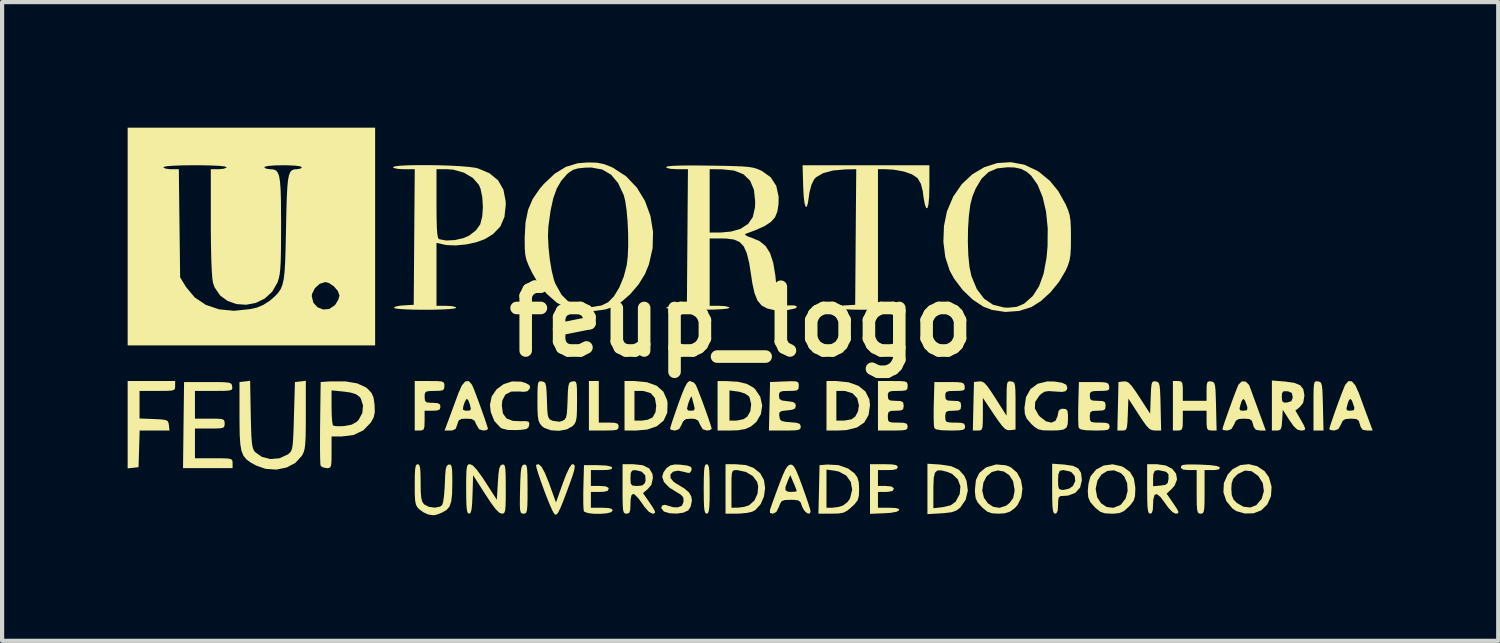
<source format=kicad_pcb>
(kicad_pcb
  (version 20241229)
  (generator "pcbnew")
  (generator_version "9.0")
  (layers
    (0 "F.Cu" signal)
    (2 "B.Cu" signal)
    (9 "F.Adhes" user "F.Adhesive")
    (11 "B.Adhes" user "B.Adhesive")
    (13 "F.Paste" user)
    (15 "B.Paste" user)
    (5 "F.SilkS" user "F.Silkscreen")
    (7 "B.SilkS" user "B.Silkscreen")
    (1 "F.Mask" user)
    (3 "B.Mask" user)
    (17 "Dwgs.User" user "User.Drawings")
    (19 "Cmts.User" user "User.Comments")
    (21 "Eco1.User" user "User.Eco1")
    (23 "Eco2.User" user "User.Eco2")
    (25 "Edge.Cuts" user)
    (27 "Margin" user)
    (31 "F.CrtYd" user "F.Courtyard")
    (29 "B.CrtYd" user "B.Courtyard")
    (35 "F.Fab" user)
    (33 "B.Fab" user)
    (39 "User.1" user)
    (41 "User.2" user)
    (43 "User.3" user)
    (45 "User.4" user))
  (footprint "feup_logo"
    (layer "F.Cu")
    (at 14.663 4.635)
    (property "Reference" "feup_logo" (at 0 0 0) (layer "F.SilkS") (effects (font (size 1.524 1.524) (thickness 0.3))))
    (attr board_only exclude_from_pos_files exclude_from_bom)
    (fp_poly (pts (xy -3.406 2.412) (xy -3.169 2.412) (xy -3.027 2.417) (xy -2.956 2.438) (xy -2.934 2.485) (xy -2.933 2.507) (xy -2.941 2.555) (xy -2.979 2.584) (xy -3.067 2.597) (xy -3.223 2.601) (xy -3.287 2.601) (xy -3.642 2.601) (xy -3.642 1.419) (xy -3.406 1.419)) (stroke (width 0) (type solid)) (fill yes) (layer "F.SilkS"))
    (fp_poly (pts (xy 13.772 1.427) (xy 13.776 1.428) (xy 13.821 1.438) (xy 13.851 1.466) (xy 13.871 1.526) (xy 13.883 1.635) (xy 13.89 1.809) (xy 13.896 2.022) (xy 13.909 2.601) (xy 13.67 2.601) (xy 13.67 2.007) (xy 13.67 1.761) (xy 13.674 1.595) (xy 13.683 1.494) (xy 13.7 1.442) (xy 13.729 1.425)) (stroke (width 0) (type solid)) (fill yes) (layer "F.SilkS"))
    (fp_poly (pts (xy -13.528 1.537) (xy -13.531 1.593) (xy -13.553 1.628) (xy -13.613 1.647) (xy -13.728 1.654) (xy -13.916 1.655) (xy -13.953 1.655) (xy -14.379 1.655) (xy -14.379 2.314) (xy -14.036 2.327) (xy -13.859 2.336) (xy -13.756 2.351) (xy -13.704 2.379) (xy -13.684 2.43) (xy -13.678 2.471) (xy -13.663 2.601) (xy -14.376 2.601) (xy -14.403 3.477) (xy -14.533 3.492) (xy -14.663 3.506) (xy -14.663 1.419) (xy -13.528 1.419)) (stroke (width 0) (type solid)) (fill yes) (layer "F.SilkS"))
    (fp_poly (pts (xy -5.157 3.416) (xy -5.133 3.444) (xy -5.119 3.515) (xy -5.112 3.643) (xy -5.109 3.843) (xy -5.108 3.993) (xy -5.109 4.239) (xy -5.113 4.406) (xy -5.123 4.509) (xy -5.141 4.564) (xy -5.17 4.585) (xy -5.204 4.588) (xy -5.245 4.583) (xy -5.271 4.559) (xy -5.286 4.499) (xy -5.292 4.388) (xy -5.291 4.21) (xy -5.287 4.009) (xy -5.28 3.764) (xy -5.27 3.597) (xy -5.256 3.495) (xy -5.233 3.44) (xy -5.201 3.417) (xy -5.191 3.415)) (stroke (width 0) (type solid)) (fill yes) (layer "F.SilkS"))
    (fp_poly (pts (xy -0.798 3.42) (xy -0.777 3.471) (xy -0.765 3.574) (xy -0.759 3.743) (xy -0.757 3.992) (xy -0.757 3.997) (xy -0.758 4.247) (xy -0.765 4.417) (xy -0.777 4.521) (xy -0.797 4.574) (xy -0.827 4.588) (xy -0.828 4.588) (xy -0.858 4.574) (xy -0.878 4.523) (xy -0.891 4.42) (xy -0.897 4.251) (xy -0.899 4.002) (xy -0.899 3.997) (xy -0.897 3.746) (xy -0.891 3.576) (xy -0.879 3.472) (xy -0.858 3.42) (xy -0.828 3.406) (xy -0.828 3.406)) (stroke (width 0) (type solid)) (fill yes) (layer "F.SilkS"))
    (fp_poly (pts (xy 2.259 1.419) (xy 2.561 1.449) (xy 2.799 1.534) (xy 2.967 1.671) (xy 3.058 1.856) (xy 3.074 1.993) (xy 3.04 2.231) (xy 2.937 2.41) (xy 2.761 2.529) (xy 2.512 2.591) (xy 2.319 2.601) (xy 2.034 2.601) (xy 2.034 2.365) (xy 2.27 2.365) (xy 2.452 2.365) (xy 2.63 2.334) (xy 2.722 2.268) (xy 2.787 2.143) (xy 2.81 2.002) (xy 2.769 1.831) (xy 2.656 1.712) (xy 2.482 1.658) (xy 2.431 1.655) (xy 2.27 1.655) (xy 2.27 2.365) (xy 2.034 2.365) (xy 2.034 1.419)) (stroke (width 0) (type solid)) (fill yes) (layer "F.SilkS"))
    (fp_poly (pts (xy -2.566 1.419) (xy -2.257 1.447) (xy -2.023 1.532) (xy -1.863 1.673) (xy -1.775 1.874) (xy -1.763 1.941) (xy -1.77 2.176) (xy -1.856 2.363) (xy -2.018 2.499) (xy -2.251 2.579) (xy -2.502 2.601) (xy -2.791 2.601) (xy -2.791 2.365) (xy -2.554 2.365) (xy -2.381 2.365) (xy -2.24 2.344) (xy -2.128 2.293) (xy -2.12 2.287) (xy -2.051 2.164) (xy -2.034 2.006) (xy -2.066 1.824) (xy -2.165 1.709) (xy -2.333 1.658) (xy -2.399 1.655) (xy -2.554 1.655) (xy -2.554 2.365) (xy -2.791 2.365) (xy -2.791 1.419)) (stroke (width 0) (type solid)) (fill yes) (layer "F.SilkS"))
    (fp_poly (pts (xy 3.585 3.41) (xy 3.688 3.425) (xy 3.732 3.454) (xy 3.737 3.477) (xy 3.711 3.521) (xy 3.624 3.543) (xy 3.5 3.547) (xy 3.264 3.547) (xy 3.264 3.926) (xy 3.453 3.926) (xy 3.584 3.938) (xy 3.639 3.976) (xy 3.642 3.997) (xy 3.611 4.046) (xy 3.507 4.066) (xy 3.453 4.068) (xy 3.264 4.068) (xy 3.264 4.446) (xy 3.528 4.446) (xy 3.687 4.453) (xy 3.764 4.475) (xy 3.772 4.505) (xy 3.712 4.542) (xy 3.566 4.568) (xy 3.414 4.578) (xy 3.074 4.592) (xy 3.074 3.406) (xy 3.406 3.406)) (stroke (width 0) (type solid)) (fill yes) (layer "F.SilkS"))
    (fp_poly (pts (xy -0.367 1.42) (xy -0.082 1.436) (xy 0.131 1.487) (xy 0.288 1.577) (xy 0.329 1.613) (xy 0.453 1.797) (xy 0.498 2.003) (xy 0.467 2.209) (xy 0.361 2.393) (xy 0.228 2.506) (xy 0.091 2.566) (xy -0.083 2.596) (xy -0.248 2.601) (xy -0.568 2.601) (xy -0.568 1.643) (xy -0.284 1.643) (xy -0.284 2.365) (xy -0.118 2.365) (xy 0.05 2.331) (xy 0.142 2.27) (xy 0.215 2.14) (xy 0.235 1.974) (xy 0.199 1.819) (xy 0.176 1.78) (xy 0.092 1.721) (xy -0.042 1.677) (xy -0.084 1.67) (xy -0.284 1.643) (xy -0.568 1.643) (xy -0.568 1.419)) (stroke (width 0) (type solid)) (fill yes) (layer "F.SilkS"))
    (fp_poly (pts (xy 10.847 3.413) (xy 10.958 3.416) (xy 11.203 3.428) (xy 11.359 3.449) (xy 11.43 3.48) (xy 11.435 3.488) (xy 11.413 3.529) (xy 11.307 3.547) (xy 11.261 3.547) (xy 11.068 3.547) (xy 11.068 4.068) (xy 11.067 4.295) (xy 11.062 4.445) (xy 11.049 4.533) (xy 11.027 4.575) (xy 10.991 4.587) (xy 10.974 4.588) (xy 10.932 4.582) (xy 10.905 4.553) (xy 10.889 4.485) (xy 10.881 4.361) (xy 10.879 4.166) (xy 10.879 4.068) (xy 10.879 3.547) (xy 10.69 3.547) (xy 10.559 3.536) (xy 10.505 3.498) (xy 10.501 3.475) (xy 10.514 3.441) (xy 10.565 3.421) (xy 10.671 3.412)) (stroke (width 0) (type solid)) (fill yes) (layer "F.SilkS"))
    (fp_poly (pts (xy -7.269 1.42) (xy -7.164 1.429) (xy -7.112 1.452) (xy -7.096 1.496) (xy -7.095 1.537) (xy -7.103 1.607) (xy -7.142 1.642) (xy -7.237 1.654) (xy -7.331 1.655) (xy -7.471 1.659) (xy -7.541 1.678) (xy -7.565 1.727) (xy -7.568 1.797) (xy -7.56 1.888) (xy -7.52 1.929) (xy -7.419 1.939) (xy -7.379 1.939) (xy -7.255 1.947) (xy -7.2 1.979) (xy -7.19 2.034) (xy -7.205 2.096) (xy -7.27 2.123) (xy -7.379 2.128) (xy -7.568 2.128) (xy -7.568 2.365) (xy -7.572 2.505) (xy -7.591 2.575) (xy -7.639 2.599) (xy -7.686 2.601) (xy -7.804 2.601) (xy -7.804 1.419) (xy -7.45 1.419)) (stroke (width 0) (type solid)) (fill yes) (layer "F.SilkS"))
    (fp_poly (pts (xy -4.773 3.469) (xy -4.692 3.619) (xy -4.595 3.858) (xy -4.587 3.882) (xy -4.429 4.32) (xy -4.266 3.863) (xy -4.184 3.65) (xy -4.112 3.497) (xy -4.056 3.415) (xy -4.038 3.406) (xy -3.997 3.416) (xy -3.98 3.454) (xy -3.99 3.533) (xy -4.028 3.666) (xy -4.098 3.865) (xy -4.166 4.05) (xy -4.259 4.296) (xy -4.328 4.464) (xy -4.378 4.564) (xy -4.417 4.609) (xy -4.449 4.608) (xy -4.479 4.578) (xy -4.52 4.504) (xy -4.579 4.369) (xy -4.65 4.194) (xy -4.724 3.999) (xy -4.794 3.804) (xy -4.853 3.63) (xy -4.893 3.498) (xy -4.906 3.428) (xy -4.905 3.422) (xy -4.844 3.405)) (stroke (width 0) (type solid)) (fill yes) (layer "F.SilkS"))
    (fp_poly (pts (xy 2.319 3.428) (xy 2.549 3.508) (xy 2.699 3.621) (xy 2.771 3.719) (xy 2.806 3.836) (xy 2.814 4.004) (xy 2.808 4.162) (xy 2.779 4.266) (xy 2.71 4.357) (xy 2.638 4.426) (xy 2.533 4.515) (xy 2.44 4.564) (xy 2.324 4.584) (xy 2.151 4.588) (xy 1.842 4.588) (xy 1.866 3.535) (xy 2.034 3.535) (xy 2.034 4.446) (xy 2.174 4.446) (xy 2.321 4.428) (xy 2.428 4.394) (xy 2.538 4.309) (xy 2.596 4.226) (xy 2.648 4.017) (xy 2.615 3.83) (xy 2.507 3.679) (xy 2.331 3.583) (xy 2.235 3.562) (xy 2.034 3.535) (xy 1.866 3.535) (xy 1.868 3.429) (xy 2.058 3.414)) (stroke (width 0) (type solid)) (fill yes) (layer "F.SilkS"))
    (fp_poly (pts (xy 4.753 3.414) (xy 5.013 3.454) (xy 5.199 3.54) (xy 5.325 3.68) (xy 5.381 3.805) (xy 5.412 4.034) (xy 5.359 4.256) (xy 5.231 4.442) (xy 5.225 4.448) (xy 5.137 4.513) (xy 5.025 4.553) (xy 4.861 4.574) (xy 4.775 4.58) (xy 4.446 4.599) (xy 4.446 4.458) (xy 4.588 4.458) (xy 4.811 4.433) (xy 5.004 4.387) (xy 5.119 4.303) (xy 5.218 4.12) (xy 5.234 3.936) (xy 5.173 3.77) (xy 5.041 3.642) (xy 4.925 3.591) (xy 4.78 3.554) (xy 4.684 3.556) (xy 4.626 3.609) (xy 4.598 3.726) (xy 4.589 3.92) (xy 4.588 4.025) (xy 4.588 4.458) (xy 4.446 4.458) (xy 4.446 3.395)) (stroke (width 0) (type solid)) (fill yes) (layer "F.SilkS"))
    (fp_poly (pts (xy 10.5 1.427) (xy 10.535 1.466) (xy 10.547 1.561) (xy 10.548 1.655) (xy 10.548 1.892) (xy 11.115 1.892) (xy 11.115 1.652) (xy 11.119 1.511) (xy 11.137 1.443) (xy 11.18 1.424) (xy 11.222 1.428) (xy 11.266 1.438) (xy 11.297 1.466) (xy 11.317 1.526) (xy 11.329 1.635) (xy 11.336 1.809) (xy 11.342 2.022) (xy 11.355 2.601) (xy 11.235 2.601) (xy 11.164 2.594) (xy 11.129 2.555) (xy 11.117 2.462) (xy 11.115 2.365) (xy 11.115 2.128) (xy 10.548 2.128) (xy 10.548 2.365) (xy 10.544 2.505) (xy 10.524 2.575) (xy 10.477 2.599) (xy 10.43 2.601) (xy 10.311 2.601) (xy 10.311 1.419) (xy 10.43 1.419)) (stroke (width 0) (type solid)) (fill yes) (layer "F.SilkS"))
    (fp_poly (pts (xy -5.266 1.433) (xy -5.158 1.465) (xy -5.064 1.516) (xy -5.046 1.57) (xy -5.062 1.609) (xy -5.114 1.664) (xy -5.207 1.677) (xy -5.296 1.669) (xy -5.499 1.671) (xy -5.638 1.742) (xy -5.711 1.882) (xy -5.723 2.004) (xy -5.697 2.193) (xy -5.611 2.313) (xy -5.459 2.371) (xy -5.29 2.379) (xy -5.151 2.376) (xy -5.084 2.391) (xy -5.066 2.433) (xy -5.07 2.473) (xy -5.089 2.532) (xy -5.139 2.566) (xy -5.245 2.584) (xy -5.369 2.591) (xy -5.578 2.588) (xy -5.718 2.553) (xy -5.759 2.529) (xy -5.902 2.374) (xy -5.987 2.162) (xy -6.007 1.988) (xy -5.964 1.786) (xy -5.849 1.618) (xy -5.681 1.494) (xy -5.48 1.429)) (stroke (width 0) (type solid)) (fill yes) (layer "F.SilkS"))
    (fp_poly (pts (xy -3.227 3.438) (xy -3.112 3.464) (xy -3.086 3.488) (xy -3.105 3.525) (xy -3.197 3.543) (xy -3.331 3.547) (xy -3.595 3.547) (xy -3.595 3.926) (xy -3.382 3.926) (xy -3.242 3.935) (xy -3.178 3.967) (xy -3.169 3.997) (xy -3.197 4.044) (xy -3.292 4.065) (xy -3.382 4.068) (xy -3.595 4.068) (xy -3.595 4.446) (xy -3.335 4.446) (xy -3.178 4.453) (xy -3.097 4.475) (xy -3.074 4.517) (xy -3.117 4.555) (xy -3.224 4.581) (xy -3.369 4.592) (xy -3.524 4.591) (xy -3.659 4.575) (xy -3.747 4.545) (xy -3.764 4.526) (xy -3.772 4.455) (xy -3.777 4.313) (xy -3.777 4.12) (xy -3.774 3.946) (xy -3.76 3.429) (xy -3.433 3.429)) (stroke (width 0) (type solid)) (fill yes) (layer "F.SilkS"))
    (fp_poly (pts (xy 9.899 1.428) (xy 9.943 1.439) (xy 9.973 1.467) (xy 9.993 1.529) (xy 10.004 1.64) (xy 10.012 1.817) (xy 10.017 2.022) (xy 10.03 2.601) (xy 9.885 2.601) (xy 9.812 2.593) (xy 9.747 2.559) (xy 9.676 2.485) (xy 9.582 2.354) (xy 9.494 2.22) (xy 9.247 1.838) (xy 9.233 2.22) (xy 9.225 2.408) (xy 9.213 2.522) (xy 9.19 2.579) (xy 9.15 2.599) (xy 9.102 2.601) (xy 8.984 2.601) (xy 9.011 1.443) (xy 9.135 1.428) (xy 9.198 1.431) (xy 9.258 1.463) (xy 9.329 1.539) (xy 9.425 1.673) (xy 9.513 1.807) (xy 9.767 2.199) (xy 9.781 1.806) (xy 9.789 1.614) (xy 9.801 1.499) (xy 9.822 1.442) (xy 9.858 1.425)) (stroke (width 0) (type solid)) (fill yes) (layer "F.SilkS"))
    (fp_poly (pts (xy 6.445 1.428) (xy 6.489 1.438) (xy 6.52 1.464) (xy 6.538 1.524) (xy 6.547 1.631) (xy 6.551 1.804) (xy 6.551 2.01) (xy 6.551 2.578) (xy 6.424 2.593) (xy 6.359 2.591) (xy 6.298 2.56) (xy 6.227 2.487) (xy 6.131 2.357) (xy 6.033 2.215) (xy 5.771 1.822) (xy 5.771 2.212) (xy 5.769 2.403) (xy 5.762 2.518) (xy 5.743 2.577) (xy 5.706 2.599) (xy 5.651 2.601) (xy 5.531 2.601) (xy 5.544 2.022) (xy 5.558 1.443) (xy 5.682 1.428) (xy 5.743 1.43) (xy 5.802 1.461) (xy 5.871 1.534) (xy 5.963 1.664) (xy 6.071 1.83) (xy 6.336 2.247) (xy 6.337 1.83) (xy 6.339 1.631) (xy 6.346 1.509) (xy 6.362 1.446) (xy 6.394 1.425)) (stroke (width 0) (type solid)) (fill yes) (layer "F.SilkS"))
    (fp_poly (pts (xy 0.103 3.426) (xy 0.29 3.494) (xy 0.446 3.619) (xy 0.451 3.625) (xy 0.54 3.783) (xy 0.568 3.977) (xy 0.54 4.179) (xy 0.461 4.361) (xy 0.338 4.498) (xy 0.257 4.542) (xy 0.14 4.569) (xy -0.025 4.585) (xy -0.121 4.588) (xy -0.378 4.588) (xy -0.378 4.446) (xy -0.236 4.446) (xy -0.083 4.445) (xy 0.067 4.426) (xy 0.187 4.386) (xy 0.31 4.276) (xy 0.386 4.114) (xy 0.402 3.934) (xy 0.376 3.826) (xy 0.273 3.689) (xy 0.107 3.591) (xy -0.092 3.548) (xy -0.117 3.547) (xy -0.172 3.55) (xy -0.207 3.571) (xy -0.226 3.627) (xy -0.235 3.737) (xy -0.236 3.917) (xy -0.236 3.997) (xy -0.236 4.446) (xy -0.378 4.446) (xy -0.378 3.406) (xy -0.145 3.406)) (stroke (width 0) (type solid)) (fill yes) (layer "F.SilkS"))
    (fp_poly (pts (xy -12.508 1.443) (xy -12.347 1.448) (xy -12.248 1.458) (xy -12.195 1.478) (xy -12.173 1.51) (xy -12.165 1.549) (xy -12.162 1.598) (xy -12.181 1.629) (xy -12.24 1.646) (xy -12.356 1.654) (xy -12.545 1.655) (xy -12.602 1.655) (xy -13.055 1.655) (xy -13.055 2.318) (xy -12.7 2.318) (xy -12.52 2.319) (xy -12.414 2.328) (xy -12.363 2.351) (xy -12.347 2.394) (xy -12.345 2.436) (xy -12.35 2.496) (xy -12.376 2.531) (xy -12.445 2.548) (xy -12.575 2.554) (xy -12.7 2.554) (xy -13.055 2.554) (xy -13.055 3.264) (xy -12.605 3.264) (xy -12.397 3.265) (xy -12.266 3.27) (xy -12.194 3.285) (xy -12.163 3.314) (xy -12.156 3.362) (xy -12.156 3.382) (xy -12.156 3.5) (xy -13.34 3.5) (xy -13.328 2.471) (xy -13.315 1.443) (xy -12.747 1.443)) (stroke (width 0) (type solid)) (fill yes) (layer "F.SilkS"))
    (fp_poly (pts (xy 12.327 3.455) (xy 12.5 3.571) (xy 12.605 3.718) (xy 12.669 3.946) (xy 12.654 4.171) (xy 12.566 4.369) (xy 12.42 4.51) (xy 12.237 4.579) (xy 12.027 4.584) (xy 11.829 4.527) (xy 11.737 4.468) (xy 11.588 4.288) (xy 11.518 4.078) (xy 11.522 3.997) (xy 11.707 3.997) (xy 11.718 4.15) (xy 11.762 4.253) (xy 11.839 4.332) (xy 11.997 4.422) (xy 12.163 4.44) (xy 12.302 4.386) (xy 12.432 4.233) (xy 12.485 4.049) (xy 12.459 3.859) (xy 12.353 3.69) (xy 12.349 3.686) (xy 12.192 3.574) (xy 12.034 3.558) (xy 11.873 3.635) (xy 11.839 3.662) (xy 11.753 3.754) (xy 11.715 3.861) (xy 11.707 3.997) (xy 11.522 3.997) (xy 11.528 3.86) (xy 11.618 3.656) (xy 11.735 3.527) (xy 11.92 3.428) (xy 12.126 3.405)) (stroke (width 0) (type solid)) (fill yes) (layer "F.SilkS"))
    (fp_poly (pts (xy 7.716 3.415) (xy 7.922 3.445) (xy 8.05 3.507) (xy 8.116 3.614) (xy 8.136 3.782) (xy 8.136 3.79) (xy 8.094 3.964) (xy 7.979 4.091) (xy 7.806 4.156) (xy 7.727 4.162) (xy 7.629 4.167) (xy 7.583 4.199) (xy 7.569 4.284) (xy 7.568 4.375) (xy 7.559 4.516) (xy 7.527 4.579) (xy 7.497 4.588) (xy 7.467 4.574) (xy 7.447 4.523) (xy 7.434 4.421) (xy 7.428 4.252) (xy 7.426 4.005) (xy 7.426 3.991) (xy 7.426 3.784) (xy 7.568 3.784) (xy 7.571 3.924) (xy 7.59 3.994) (xy 7.639 4.018) (xy 7.703 4.02) (xy 7.833 3.989) (xy 7.921 3.928) (xy 7.978 3.809) (xy 7.965 3.688) (xy 7.888 3.598) (xy 7.84 3.577) (xy 7.69 3.546) (xy 7.608 3.565) (xy 7.574 3.649) (xy 7.568 3.784) (xy 7.426 3.784) (xy 7.426 3.394)) (stroke (width 0) (type solid)) (fill yes) (layer "F.SilkS"))
    (fp_poly (pts (xy 12.989 1.431) (xy 13.209 1.462) (xy 13.35 1.518) (xy 13.426 1.612) (xy 13.452 1.753) (xy 13.452 1.779) (xy 13.424 1.939) (xy 13.345 2.038) (xy 13.238 2.125) (xy 13.359 2.332) (xy 13.44 2.475) (xy 13.472 2.556) (xy 13.454 2.592) (xy 13.388 2.601) (xy 13.366 2.601) (xy 13.282 2.578) (xy 13.195 2.497) (xy 13.094 2.353) (xy 12.936 2.105) (xy 12.922 2.353) (xy 12.91 2.498) (xy 12.886 2.572) (xy 12.839 2.599) (xy 12.792 2.601) (xy 12.676 2.601) (xy 12.676 1.797) (xy 12.913 1.797) (xy 12.922 1.899) (xy 12.967 1.934) (xy 13.043 1.931) (xy 13.14 1.9) (xy 13.172 1.824) (xy 13.173 1.797) (xy 13.152 1.706) (xy 13.072 1.668) (xy 13.043 1.664) (xy 12.953 1.664) (xy 12.918 1.712) (xy 12.913 1.797) (xy 12.676 1.797) (xy 12.676 1.406)) (stroke (width 0) (type solid)) (fill yes) (layer "F.SilkS"))
    (fp_poly (pts (xy 1.308 1.428) (xy 1.356 1.449) (xy 1.371 1.493) (xy 1.372 1.535) (xy 1.364 1.607) (xy 1.326 1.642) (xy 1.233 1.654) (xy 1.135 1.655) (xy 0.995 1.659) (xy 0.925 1.679) (xy 0.901 1.726) (xy 0.899 1.771) (xy 0.91 1.845) (xy 0.962 1.882) (xy 1.079 1.899) (xy 1.1 1.901) (xy 1.229 1.919) (xy 1.288 1.955) (xy 1.301 2.01) (xy 1.284 2.072) (xy 1.217 2.105) (xy 1.097 2.12) (xy 0.97 2.134) (xy 0.914 2.163) (xy 0.904 2.227) (xy 0.908 2.261) (xy 0.924 2.336) (xy 0.969 2.376) (xy 1.066 2.395) (xy 1.171 2.403) (xy 1.318 2.417) (xy 1.393 2.443) (xy 1.418 2.49) (xy 1.419 2.509) (xy 1.411 2.555) (xy 1.372 2.583) (xy 1.286 2.597) (xy 1.132 2.601) (xy 1.039 2.601) (xy 0.659 2.601) (xy 0.686 1.443) (xy 1.029 1.429) (xy 1.205 1.423)) (stroke (width 0) (type solid)) (fill yes) (layer "F.SilkS"))
    (fp_poly (pts (xy -1.453 3.418) (xy -1.291 3.439) (xy -1.207 3.469) (xy -1.186 3.518) (xy -1.199 3.569) (xy -1.237 3.615) (xy -1.316 3.606) (xy -1.356 3.592) (xy -1.513 3.56) (xy -1.629 3.584) (xy -1.693 3.648) (xy -1.692 3.736) (xy -1.616 3.83) (xy -1.556 3.869) (xy -1.367 3.982) (xy -1.252 4.08) (xy -1.196 4.178) (xy -1.182 4.277) (xy -1.211 4.42) (xy -1.269 4.51) (xy -1.381 4.563) (xy -1.542 4.586) (xy -1.708 4.579) (xy -1.84 4.541) (xy -1.858 4.529) (xy -1.914 4.454) (xy -1.895 4.394) (xy -1.823 4.375) (xy -1.754 4.397) (xy -1.626 4.434) (xy -1.523 4.437) (xy -1.422 4.402) (xy -1.383 4.309) (xy -1.381 4.295) (xy -1.388 4.198) (xy -1.452 4.129) (xy -1.523 4.089) (xy -1.722 3.964) (xy -1.849 3.832) (xy -1.892 3.707) (xy -1.859 3.597) (xy -1.786 3.498) (xy -1.696 3.435) (xy -1.586 3.412)) (stroke (width 0) (type solid)) (fill yes) (layer "F.SilkS"))
    (fp_poly (pts (xy 6.32 3.432) (xy 6.434 3.477) (xy 6.586 3.605) (xy 6.681 3.784) (xy 6.716 3.99) (xy 6.689 4.199) (xy 6.598 4.384) (xy 6.533 4.455) (xy 6.416 4.541) (xy 6.291 4.58) (xy 6.144 4.588) (xy 5.986 4.579) (xy 5.876 4.54) (xy 5.768 4.452) (xy 5.742 4.427) (xy 5.646 4.319) (xy 5.598 4.218) (xy 5.582 4.083) (xy 5.582 4.04) (xy 5.756 4.04) (xy 5.797 4.209) (xy 5.891 4.341) (xy 6.02 4.425) (xy 6.171 4.448) (xy 6.325 4.398) (xy 6.411 4.33) (xy 6.495 4.213) (xy 6.526 4.062) (xy 6.527 4.008) (xy 6.493 3.812) (xy 6.402 3.669) (xy 6.274 3.582) (xy 6.128 3.555) (xy 5.983 3.593) (xy 5.858 3.7) (xy 5.783 3.847) (xy 5.756 4.04) (xy 5.582 4.04) (xy 5.581 4.012) (xy 5.605 3.783) (xy 5.684 3.618) (xy 5.827 3.497) (xy 5.866 3.476) (xy 6.089 3.412)) (stroke (width 0) (type solid)) (fill yes) (layer "F.SilkS"))
    (fp_poly (pts (xy -6.413 3.439) (xy -6.317 3.543) (xy -6.186 3.724) (xy -6.116 3.831) (xy -5.842 4.256) (xy -5.818 3.843) (xy -5.803 3.639) (xy -5.785 3.512) (xy -5.758 3.444) (xy -5.719 3.416) (xy -5.711 3.414) (xy -5.677 3.416) (xy -5.654 3.444) (xy -5.639 3.515) (xy -5.632 3.643) (xy -5.629 3.843) (xy -5.629 3.993) (xy -5.629 4.239) (xy -5.634 4.406) (xy -5.643 4.509) (xy -5.662 4.564) (xy -5.69 4.585) (xy -5.725 4.588) (xy -5.788 4.562) (xy -5.873 4.476) (xy -5.987 4.323) (xy -6.115 4.129) (xy -6.409 3.669) (xy -6.423 4.129) (xy -6.432 4.348) (xy -6.446 4.488) (xy -6.468 4.563) (xy -6.499 4.588) (xy -6.505 4.588) (xy -6.535 4.573) (xy -6.555 4.518) (xy -6.567 4.41) (xy -6.573 4.235) (xy -6.575 3.997) (xy -6.574 3.751) (xy -6.569 3.585) (xy -6.559 3.483) (xy -6.541 3.429) (xy -6.512 3.408) (xy -6.482 3.406)) (stroke (width 0) (type solid)) (fill yes) (layer "F.SilkS"))
    (fp_poly (pts (xy 3.799 1.42) (xy 3.905 1.429) (xy 3.956 1.452) (xy 3.972 1.496) (xy 3.973 1.537) (xy 3.966 1.607) (xy 3.926 1.642) (xy 3.832 1.654) (xy 3.737 1.655) (xy 3.596 1.659) (xy 3.526 1.679) (xy 3.502 1.726) (xy 3.5 1.774) (xy 3.511 1.85) (xy 3.559 1.884) (xy 3.673 1.892) (xy 3.689 1.892) (xy 3.811 1.898) (xy 3.865 1.929) (xy 3.879 2) (xy 3.879 2.01) (xy 3.868 2.086) (xy 3.82 2.12) (xy 3.706 2.128) (xy 3.689 2.128) (xy 3.568 2.134) (xy 3.514 2.164) (xy 3.5 2.24) (xy 3.5 2.27) (xy 3.505 2.354) (xy 3.537 2.396) (xy 3.62 2.411) (xy 3.737 2.412) (xy 3.879 2.417) (xy 3.949 2.438) (xy 3.972 2.485) (xy 3.973 2.507) (xy 3.965 2.555) (xy 3.927 2.584) (xy 3.839 2.597) (xy 3.682 2.601) (xy 3.618 2.601) (xy 3.264 2.601) (xy 3.264 1.419) (xy 3.618 1.419)) (stroke (width 0) (type solid)) (fill yes) (layer "F.SilkS"))
    (fp_poly (pts (xy 7.483 1.431) (xy 7.667 1.461) (xy 7.766 1.511) (xy 7.788 1.585) (xy 7.779 1.62) (xy 7.742 1.663) (xy 7.663 1.679) (xy 7.516 1.671) (xy 7.497 1.669) (xy 7.343 1.659) (xy 7.244 1.674) (xy 7.165 1.725) (xy 7.123 1.765) (xy 7.021 1.917) (xy 7.013 2.072) (xy 7.1 2.231) (xy 7.142 2.277) (xy 7.283 2.383) (xy 7.41 2.413) (xy 7.506 2.369) (xy 7.557 2.253) (xy 7.559 2.235) (xy 7.582 2.127) (xy 7.638 2.085) (xy 7.689 2.081) (xy 7.758 2.09) (xy 7.792 2.131) (xy 7.804 2.229) (xy 7.804 2.313) (xy 7.798 2.449) (xy 7.768 2.533) (xy 7.696 2.579) (xy 7.563 2.598) (xy 7.37 2.601) (xy 7.203 2.596) (xy 7.094 2.572) (xy 7.004 2.515) (xy 6.925 2.441) (xy 6.821 2.321) (xy 6.774 2.208) (xy 6.764 2.06) (xy 6.801 1.805) (xy 6.908 1.612) (xy 7.08 1.484) (xy 7.312 1.428)) (stroke (width 0) (type solid)) (fill yes) (layer "F.SilkS"))
    (fp_poly (pts (xy -6.438 1.504) (xy -6.436 1.508) (xy -6.401 1.587) (xy -6.346 1.727) (xy -6.28 1.904) (xy -6.21 2.096) (xy -6.145 2.281) (xy -6.092 2.436) (xy -6.06 2.539) (xy -6.054 2.566) (xy -6.095 2.593) (xy -6.168 2.601) (xy -6.265 2.572) (xy -6.327 2.47) (xy -6.331 2.46) (xy -6.375 2.367) (xy -6.444 2.326) (xy -6.568 2.318) (xy -6.692 2.325) (xy -6.754 2.362) (xy -6.785 2.449) (xy -6.788 2.46) (xy -6.826 2.562) (xy -6.902 2.599) (xy -6.955 2.601) (xy -7.091 2.601) (xy -6.98 2.306) (xy -6.905 2.101) (xy -6.653 2.101) (xy -6.599 2.127) (xy -6.559 2.128) (xy -6.484 2.122) (xy -6.463 2.085) (xy -6.484 1.99) (xy -6.493 1.961) (xy -6.532 1.862) (xy -6.569 1.849) (xy -6.611 1.925) (xy -6.643 2.022) (xy -6.653 2.101) (xy -6.905 2.101) (xy -6.9 2.089) (xy -6.812 1.85) (xy -6.763 1.715) (xy -6.679 1.526) (xy -6.595 1.427) (xy -6.513 1.42)) (stroke (width 0) (type solid)) (fill yes) (layer "F.SilkS"))
    (fp_poly (pts (xy 9.084 3.456) (xy 9.128 3.476) (xy 9.287 3.591) (xy 9.378 3.745) (xy 9.412 3.959) (xy 9.413 4.012) (xy 9.405 4.172) (xy 9.372 4.281) (xy 9.296 4.381) (xy 9.252 4.427) (xy 9.141 4.526) (xy 9.037 4.573) (xy 8.896 4.588) (xy 8.845 4.588) (xy 8.686 4.58) (xy 8.577 4.543) (xy 8.472 4.461) (xy 8.438 4.427) (xy 8.335 4.308) (xy 8.288 4.195) (xy 8.277 4.047) (xy 8.281 4.005) (xy 8.467 4.005) (xy 8.502 4.197) (xy 8.596 4.341) (xy 8.73 4.429) (xy 8.886 4.448) (xy 9.044 4.388) (xy 9.077 4.363) (xy 9.182 4.224) (xy 9.229 4.046) (xy 9.218 3.861) (xy 9.149 3.7) (xy 9.07 3.621) (xy 8.906 3.553) (xy 8.745 3.567) (xy 8.606 3.652) (xy 8.508 3.797) (xy 8.467 3.989) (xy 8.467 4.005) (xy 8.281 4.005) (xy 8.293 3.878) (xy 8.333 3.725) (xy 8.349 3.688) (xy 8.479 3.532) (xy 8.661 3.437) (xy 8.872 3.409)) (stroke (width 0) (type solid)) (fill yes) (layer "F.SilkS"))
    (fp_poly (pts (xy 10.137 3.436) (xy 10.294 3.516) (xy 10.387 3.633) (xy 10.41 3.772) (xy 10.352 3.918) (xy 10.284 3.996) (xy 10.161 4.11) (xy 10.307 4.322) (xy 10.401 4.462) (xy 10.443 4.542) (xy 10.436 4.578) (xy 10.387 4.587) (xy 10.37 4.587) (xy 10.3 4.549) (xy 10.205 4.45) (xy 10.134 4.351) (xy 10.016 4.191) (xy 9.929 4.121) (xy 9.872 4.14) (xy 9.843 4.248) (xy 9.838 4.352) (xy 9.831 4.5) (xy 9.804 4.573) (xy 9.767 4.588) (xy 9.737 4.574) (xy 9.717 4.523) (xy 9.704 4.42) (xy 9.698 4.251) (xy 9.696 4.002) (xy 9.696 3.997) (xy 9.696 3.932) (xy 9.838 3.932) (xy 10.016 3.917) (xy 10.134 3.899) (xy 10.188 3.853) (xy 10.207 3.755) (xy 10.204 3.645) (xy 10.153 3.592) (xy 10.113 3.578) (xy 9.962 3.547) (xy 9.878 3.564) (xy 9.844 3.641) (xy 9.838 3.74) (xy 9.838 3.932) (xy 9.696 3.932) (xy 9.696 3.406) (xy 9.927 3.406)) (stroke (width 0) (type solid)) (fill yes) (layer "F.SilkS"))
    (fp_poly (pts (xy 12.05 1.432) (xy 12.129 1.51) (xy 12.146 1.549) (xy 12.182 1.648) (xy 12.241 1.81) (xy 12.314 2.009) (xy 12.362 2.14) (xy 12.53 2.601) (xy 12.394 2.601) (xy 12.292 2.584) (xy 12.241 2.514) (xy 12.227 2.46) (xy 12.197 2.367) (xy 12.139 2.327) (xy 12.022 2.318) (xy 12.008 2.318) (xy 11.882 2.327) (xy 11.814 2.368) (xy 11.771 2.46) (xy 11.709 2.567) (xy 11.616 2.601) (xy 11.607 2.601) (xy 11.521 2.591) (xy 11.494 2.571) (xy 11.509 2.514) (xy 11.55 2.39) (xy 11.609 2.222) (xy 11.663 2.071) (xy 11.903 2.071) (xy 11.915 2.118) (xy 11.977 2.128) (xy 11.998 2.128) (xy 12.081 2.116) (xy 12.092 2.059) (xy 12.083 2.022) (xy 12.034 1.888) (xy 11.996 1.844) (xy 11.959 1.887) (xy 11.933 1.961) (xy 11.903 2.071) (xy 11.663 2.071) (xy 11.677 2.032) (xy 11.746 1.842) (xy 11.809 1.675) (xy 11.858 1.551) (xy 11.88 1.502) (xy 11.957 1.427)) (stroke (width 0) (type solid)) (fill yes) (layer "F.SilkS"))
    (fp_poly (pts (xy 14.586 1.426) (xy 14.67 1.522) (xy 14.755 1.708) (xy 14.757 1.715) (xy 14.836 1.932) (xy 14.924 2.171) (xy 14.974 2.306) (xy 15.084 2.601) (xy 14.948 2.601) (xy 14.846 2.584) (xy 14.796 2.514) (xy 14.781 2.46) (xy 14.751 2.367) (xy 14.693 2.327) (xy 14.576 2.318) (xy 14.562 2.318) (xy 14.436 2.327) (xy 14.368 2.368) (xy 14.325 2.46) (xy 14.264 2.567) (xy 14.17 2.601) (xy 14.162 2.601) (xy 14.075 2.589) (xy 14.048 2.566) (xy 14.064 2.505) (xy 14.105 2.379) (xy 14.164 2.209) (xy 14.213 2.071) (xy 14.458 2.071) (xy 14.469 2.118) (xy 14.532 2.128) (xy 14.552 2.128) (xy 14.635 2.116) (xy 14.647 2.059) (xy 14.637 2.022) (xy 14.589 1.888) (xy 14.55 1.844) (xy 14.513 1.887) (xy 14.487 1.961) (xy 14.458 2.071) (xy 14.213 2.071) (xy 14.232 2.018) (xy 14.301 1.829) (xy 14.364 1.665) (xy 14.411 1.547) (xy 14.429 1.508) (xy 14.505 1.421)) (stroke (width 0) (type solid)) (fill yes) (layer "F.SilkS"))
    (fp_poly (pts (xy -10.406 2.232) (xy -10.407 2.534) (xy -10.411 2.758) (xy -10.42 2.919) (xy -10.434 3.033) (xy -10.456 3.115) (xy -10.487 3.183) (xy -10.502 3.207) (xy -10.656 3.375) (xy -10.867 3.486) (xy -11.111 3.535) (xy -11.366 3.518) (xy -11.587 3.441) (xy -11.723 3.367) (xy -11.824 3.293) (xy -11.896 3.204) (xy -11.944 3.085) (xy -11.972 2.922) (xy -11.986 2.7) (xy -11.99 2.405) (xy -11.991 2.255) (xy -11.991 1.443) (xy -11.864 1.428) (xy -11.737 1.413) (xy -11.722 2.215) (xy -11.715 2.514) (xy -11.707 2.733) (xy -11.695 2.887) (xy -11.679 2.991) (xy -11.656 3.06) (xy -11.624 3.108) (xy -11.617 3.117) (xy -11.452 3.233) (xy -11.248 3.283) (xy -11.034 3.264) (xy -10.84 3.175) (xy -10.83 3.168) (xy -10.788 3.133) (xy -10.757 3.092) (xy -10.735 3.03) (xy -10.719 2.932) (xy -10.708 2.784) (xy -10.699 2.572) (xy -10.69 2.28) (xy -10.69 2.261) (xy -10.666 1.443) (xy -10.536 1.428) (xy -10.406 1.413)) (stroke (width 0) (type solid)) (fill yes) (layer "F.SilkS"))
    (fp_poly (pts (xy -7.699 3.422) (xy -7.678 3.481) (xy -7.667 3.6) (xy -7.663 3.793) (xy -7.663 3.848) (xy -7.66 4.065) (xy -7.648 4.209) (xy -7.625 4.299) (xy -7.587 4.357) (xy -7.576 4.368) (xy -7.463 4.426) (xy -7.323 4.444) (xy -7.199 4.42) (xy -7.15 4.384) (xy -7.126 4.312) (xy -7.105 4.17) (xy -7.09 3.983) (xy -7.085 3.877) (xy -7.076 3.665) (xy -7.063 3.53) (xy -7.042 3.454) (xy -7.009 3.421) (xy -6.989 3.414) (xy -6.95 3.416) (xy -6.926 3.45) (xy -6.912 3.532) (xy -6.907 3.679) (xy -6.906 3.855) (xy -6.911 4.112) (xy -6.931 4.294) (xy -6.973 4.417) (xy -7.043 4.5) (xy -7.148 4.56) (xy -7.168 4.568) (xy -7.284 4.614) (xy -7.363 4.626) (xy -7.456 4.611) (xy -7.497 4.602) (xy -7.601 4.553) (xy -7.698 4.481) (xy -7.746 4.428) (xy -7.777 4.364) (xy -7.795 4.268) (xy -7.803 4.118) (xy -7.804 3.895) (xy -7.804 3.894) (xy -7.802 3.669) (xy -7.794 3.524) (xy -7.778 3.442) (xy -7.751 3.409) (xy -7.734 3.406)) (stroke (width 0) (type solid)) (fill yes) (layer "F.SilkS"))
    (fp_poly (pts (xy -3.954 1.442) (xy -3.936 1.498) (xy -3.928 1.607) (xy -3.926 1.787) (xy -3.926 1.904) (xy -3.928 2.128) (xy -3.935 2.278) (xy -3.952 2.375) (xy -3.983 2.441) (xy -4.031 2.495) (xy -4.035 2.499) (xy -4.176 2.576) (xy -4.359 2.608) (xy -4.549 2.596) (xy -4.709 2.539) (xy -4.769 2.492) (xy -4.816 2.432) (xy -4.846 2.36) (xy -4.863 2.253) (xy -4.871 2.091) (xy -4.872 1.897) (xy -4.871 1.68) (xy -4.866 1.54) (xy -4.853 1.462) (xy -4.829 1.429) (xy -4.789 1.425) (xy -4.765 1.428) (xy -4.715 1.441) (xy -4.683 1.475) (xy -4.664 1.549) (xy -4.653 1.681) (xy -4.645 1.882) (xy -4.638 2.088) (xy -4.627 2.22) (xy -4.606 2.297) (xy -4.571 2.339) (xy -4.514 2.366) (xy -4.505 2.37) (xy -4.344 2.391) (xy -4.272 2.37) (xy -4.222 2.339) (xy -4.189 2.289) (xy -4.17 2.201) (xy -4.159 2.053) (xy -4.152 1.882) (xy -4.145 1.676) (xy -4.133 1.546) (xy -4.114 1.473) (xy -4.081 1.44) (xy -4.032 1.428) (xy -3.985 1.424)) (stroke (width 0) (type solid)) (fill yes) (layer "F.SilkS"))
    (fp_poly (pts (xy 5.148 1.445) (xy 5.255 1.455) (xy 5.31 1.479) (xy 5.332 1.523) (xy 5.336 1.549) (xy 5.337 1.612) (xy 5.301 1.643) (xy 5.207 1.654) (xy 5.112 1.655) (xy 4.97 1.659) (xy 4.899 1.678) (xy 4.874 1.724) (xy 4.872 1.774) (xy 4.882 1.85) (xy 4.931 1.884) (xy 5.045 1.892) (xy 5.061 1.892) (xy 5.183 1.898) (xy 5.237 1.929) (xy 5.25 2) (xy 5.25 2.01) (xy 5.24 2.086) (xy 5.191 2.12) (xy 5.078 2.128) (xy 5.061 2.128) (xy 4.94 2.134) (xy 4.886 2.164) (xy 4.872 2.24) (xy 4.872 2.27) (xy 4.877 2.354) (xy 4.909 2.396) (xy 4.992 2.411) (xy 5.108 2.412) (xy 5.25 2.417) (xy 5.321 2.438) (xy 5.344 2.485) (xy 5.345 2.507) (xy 5.337 2.555) (xy 5.298 2.584) (xy 5.211 2.597) (xy 5.055 2.601) (xy 4.989 2.601) (xy 4.781 2.595) (xy 4.657 2.574) (xy 4.609 2.539) (xy 4.6 2.469) (xy 4.595 2.326) (xy 4.595 2.133) (xy 4.598 1.96) (xy 4.612 1.443) (xy 4.966 1.443)) (stroke (width 0) (type solid)) (fill yes) (layer "F.SilkS"))
    (fp_poly (pts (xy 8.601 1.445) (xy 8.708 1.455) (xy 8.763 1.479) (xy 8.785 1.523) (xy 8.789 1.549) (xy 8.79 1.612) (xy 8.754 1.643) (xy 8.66 1.654) (xy 8.565 1.655) (xy 8.423 1.659) (xy 8.352 1.678) (xy 8.327 1.724) (xy 8.325 1.774) (xy 8.335 1.85) (xy 8.384 1.884) (xy 8.497 1.892) (xy 8.514 1.892) (xy 8.636 1.898) (xy 8.69 1.929) (xy 8.703 2) (xy 8.703 2.01) (xy 8.693 2.086) (xy 8.644 2.12) (xy 8.53 2.128) (xy 8.514 2.128) (xy 8.393 2.134) (xy 8.339 2.164) (xy 8.325 2.24) (xy 8.325 2.27) (xy 8.33 2.354) (xy 8.362 2.396) (xy 8.444 2.411) (xy 8.561 2.412) (xy 8.703 2.417) (xy 8.774 2.438) (xy 8.797 2.485) (xy 8.798 2.507) (xy 8.789 2.555) (xy 8.751 2.584) (xy 8.664 2.597) (xy 8.508 2.601) (xy 8.442 2.601) (xy 8.234 2.595) (xy 8.11 2.574) (xy 8.061 2.539) (xy 8.053 2.469) (xy 8.048 2.326) (xy 8.048 2.133) (xy 8.051 1.96) (xy 8.065 1.443) (xy 8.419 1.443)) (stroke (width 0) (type solid)) (fill yes) (layer "F.SilkS"))
    (fp_poly (pts (xy -2.353 3.431) (xy -2.201 3.507) (xy -2.124 3.637) (xy -2.113 3.737) (xy -2.151 3.901) (xy -2.231 3.995) (xy -2.35 4.097) (xy -2.236 4.26) (xy -2.128 4.419) (xy -2.071 4.517) (xy -2.061 4.568) (xy -2.093 4.586) (xy -2.122 4.588) (xy -2.208 4.545) (xy -2.316 4.424) (xy -2.365 4.352) (xy -2.457 4.225) (xy -2.539 4.139) (xy -2.583 4.115) (xy -2.625 4.146) (xy -2.646 4.249) (xy -2.649 4.352) (xy -2.654 4.493) (xy -2.675 4.564) (xy -2.722 4.587) (xy -2.743 4.588) (xy -2.783 4.583) (xy -2.809 4.556) (xy -2.826 4.494) (xy -2.834 4.379) (xy -2.838 4.197) (xy -2.838 3.997) (xy -2.838 3.737) (xy -2.649 3.737) (xy -2.644 3.858) (xy -2.613 3.912) (xy -2.532 3.925) (xy -2.484 3.926) (xy -2.367 3.914) (xy -2.309 3.863) (xy -2.288 3.8) (xy -2.296 3.673) (xy -2.381 3.584) (xy -2.528 3.548) (xy -2.54 3.547) (xy -2.61 3.559) (xy -2.642 3.613) (xy -2.649 3.734) (xy -2.649 3.737) (xy -2.838 3.737) (xy -2.838 3.406) (xy -2.583 3.406)) (stroke (width 0) (type solid)) (fill yes) (layer "F.SilkS"))
    (fp_poly (pts (xy -1.134 1.457) (xy -1.09 1.509) (xy -1.053 1.592) (xy -0.997 1.735) (xy -0.929 1.913) (xy -0.859 2.106) (xy -0.794 2.289) (xy -0.743 2.441) (xy -0.713 2.539) (xy -0.709 2.56) (xy -0.75 2.592) (xy -0.823 2.601) (xy -0.92 2.572) (xy -0.983 2.47) (xy -0.986 2.46) (xy -1.034 2.363) (xy -1.11 2.324) (xy -1.206 2.318) (xy -1.327 2.33) (xy -1.392 2.382) (xy -1.426 2.46) (xy -1.487 2.567) (xy -1.581 2.601) (xy -1.589 2.601) (xy -1.676 2.586) (xy -1.703 2.559) (xy -1.688 2.501) (xy -1.647 2.372) (xy -1.586 2.192) (xy -1.547 2.082) (xy -1.298 2.082) (xy -1.275 2.122) (xy -1.206 2.128) (xy -1.133 2.12) (xy -1.115 2.076) (xy -1.138 1.975) (xy -1.168 1.866) (xy -1.182 1.804) (xy -1.182 1.802) (xy -1.196 1.79) (xy -1.227 1.845) (xy -1.264 1.943) (xy -1.275 1.98) (xy -1.298 2.082) (xy -1.547 2.082) (xy -1.511 1.979) (xy -1.507 1.968) (xy -1.418 1.727) (xy -1.35 1.564) (xy -1.296 1.467) (xy -1.249 1.424) (xy -1.225 1.419)) (stroke (width 0) (type solid)) (fill yes) (layer "F.SilkS"))
    (fp_poly (pts (xy -9.179 1.475) (xy -8.97 1.571) (xy -8.929 1.604) (xy -8.837 1.703) (xy -8.788 1.814) (xy -8.764 1.978) (xy -8.763 1.99) (xy -8.758 2.163) (xy -8.785 2.288) (xy -8.852 2.41) (xy -8.854 2.412) (xy -9.033 2.598) (xy -9.269 2.709) (xy -9.543 2.743) (xy -9.791 2.743) (xy -9.791 3.122) (xy -9.792 3.309) (xy -9.8 3.422) (xy -9.82 3.478) (xy -9.86 3.498) (xy -9.911 3.5) (xy -10.01 3.479) (xy -10.054 3.44) (xy -10.06 3.376) (xy -10.065 3.233) (xy -10.067 3.025) (xy -10.067 2.769) (xy -10.065 2.478) (xy -10.064 2.411) (xy -10.054 1.642) (xy -9.791 1.642) (xy -9.791 2.043) (xy -9.787 2.23) (xy -9.777 2.38) (xy -9.762 2.468) (xy -9.756 2.48) (xy -9.691 2.497) (xy -9.568 2.499) (xy -9.486 2.494) (xy -9.313 2.462) (xy -9.195 2.397) (xy -9.143 2.345) (xy -9.056 2.183) (xy -9.039 2.002) (xy -9.092 1.837) (xy -9.117 1.802) (xy -9.201 1.737) (xy -9.337 1.694) (xy -9.495 1.672) (xy -9.791 1.642) (xy -10.054 1.642) (xy -10.051 1.443) (xy -9.815 1.427) (xy -9.462 1.427)) (stroke (width 0) (type solid)) (fill yes) (layer "F.SilkS"))
    (fp_poly (pts (xy 1.212 3.42) (xy 1.256 3.46) (xy 1.305 3.547) (xy 1.368 3.696) (xy 1.452 3.92) (xy 1.459 3.941) (xy 1.535 4.154) (xy 1.598 4.338) (xy 1.64 4.472) (xy 1.655 4.538) (xy 1.655 4.538) (xy 1.631 4.588) (xy 1.574 4.578) (xy 1.508 4.52) (xy 1.456 4.429) (xy 1.449 4.41) (xy 1.416 4.318) (xy 1.365 4.273) (xy 1.267 4.258) (xy 1.179 4.257) (xy 1.041 4.262) (xy 0.966 4.288) (xy 0.923 4.355) (xy 0.899 4.423) (xy 0.836 4.547) (xy 0.754 4.588) (xy 0.75 4.588) (xy 0.684 4.571) (xy 0.683 4.502) (xy 0.689 4.483) (xy 0.719 4.396) (xy 0.773 4.244) (xy 0.843 4.052) (xy 0.88 3.951) (xy 1.054 3.951) (xy 1.056 4.031) (xy 1.117 4.064) (xy 1.182 4.068) (xy 1.282 4.063) (xy 1.324 4.05) (xy 1.324 4.05) (xy 1.308 3.999) (xy 1.266 3.894) (xy 1.246 3.849) (xy 1.169 3.666) (xy 1.107 3.808) (xy 1.054 3.951) (xy 0.88 3.951) (xy 0.898 3.904) (xy 0.985 3.679) (xy 1.053 3.531) (xy 1.11 3.448) (xy 1.163 3.416) (xy 1.168 3.415)) (stroke (width 0) (type solid)) (fill yes) (layer "F.SilkS"))
    (fp_poly (pts (xy 4.493 -3.243) (xy 4.487 -2.983) (xy 4.471 -2.807) (xy 4.447 -2.716) (xy 4.417 -2.712) (xy 4.385 -2.798) (xy 4.352 -2.975) (xy 4.335 -3.115) (xy 4.29 -3.293) (xy 4.209 -3.43) (xy 4.208 -3.431) (xy 4.077 -3.519) (xy 3.879 -3.588) (xy 3.642 -3.631) (xy 3.451 -3.642) (xy 3.264 -3.642) (xy 3.264 -0.378) (xy 3.5 -0.378) (xy 3.635 -0.37) (xy 3.721 -0.348) (xy 3.737 -0.331) (xy 3.691 -0.312) (xy 3.558 -0.298) (xy 3.345 -0.288) (xy 3.06 -0.284) (xy 2.98 -0.284) (xy 2.702 -0.286) (xy 2.476 -0.294) (xy 2.316 -0.306) (xy 2.232 -0.321) (xy 2.223 -0.329) (xy 2.266 -0.356) (xy 2.375 -0.379) (xy 2.471 -0.388) (xy 2.72 -0.402) (xy 2.732 -2.022) (xy 2.745 -3.642) (xy 2.496 -3.638) (xy 2.195 -3.612) (xy 1.954 -3.548) (xy 1.783 -3.448) (xy 1.737 -3.398) (xy 1.675 -3.269) (xy 1.627 -3.087) (xy 1.614 -2.996) (xy 1.589 -2.825) (xy 1.561 -2.744) (xy 1.534 -2.748) (xy 1.509 -2.834) (xy 1.489 -2.997) (xy 1.477 -3.232) (xy 1.477 -3.24) (xy 1.463 -3.737) (xy 4.493 -3.737)) (stroke (width 0) (type solid)) (fill yes) (layer "F.SilkS"))
    (fp_poly (pts (xy -7.219 -3.736) (xy -6.954 -3.727) (xy -6.711 -3.714) (xy -6.505 -3.697) (xy -6.353 -3.676) (xy -6.302 -3.665) (xy -6.017 -3.545) (xy -5.813 -3.377) (xy -5.685 -3.155) (xy -5.631 -2.876) (xy -5.629 -2.791) (xy -5.66 -2.503) (xy -5.758 -2.274) (xy -5.934 -2.091) (xy -6.13 -1.971) (xy -6.329 -1.898) (xy -6.574 -1.845) (xy -6.823 -1.821) (xy -7.038 -1.829) (xy -7.083 -1.837) (xy -7.284 -1.882) (xy -7.284 -0.378) (xy -7.048 -0.378) (xy -6.913 -0.37) (xy -6.827 -0.348) (xy -6.811 -0.331) (xy -6.855 -0.314) (xy -6.974 -0.3) (xy -7.149 -0.291) (xy -7.36 -0.285) (xy -7.588 -0.284) (xy -7.813 -0.286) (xy -8.015 -0.293) (xy -8.177 -0.303) (xy -8.277 -0.318) (xy -8.3 -0.329) (xy -8.273 -0.356) (xy -8.174 -0.379) (xy -8.078 -0.388) (xy -7.828 -0.402) (xy -7.81 -2.818) (xy -7.284 -2.818) (xy -7.282 -2.498) (xy -7.276 -2.262) (xy -7.265 -2.102) (xy -7.249 -2.008) (xy -7.226 -1.971) (xy -7.225 -1.971) (xy -7.055 -1.939) (xy -6.844 -1.949) (xy -6.635 -1.997) (xy -6.503 -2.056) (xy -6.343 -2.18) (xy -6.241 -2.322) (xy -6.238 -2.328) (xy -6.191 -2.513) (xy -6.175 -2.741) (xy -6.19 -2.976) (xy -6.233 -3.179) (xy -6.272 -3.269) (xy -6.418 -3.435) (xy -6.629 -3.56) (xy -6.881 -3.631) (xy -7.034 -3.642) (xy -7.284 -3.642) (xy -7.284 -2.818) (xy -7.81 -2.818) (xy -7.803 -3.642) (xy -8.064 -3.642) (xy -8.207 -3.65) (xy -8.301 -3.67) (xy -8.325 -3.689) (xy -8.28 -3.71) (xy -8.158 -3.725) (xy -7.974 -3.735) (xy -7.745 -3.74) (xy -7.488 -3.74)) (stroke (width 0) (type solid)) (fill yes) (layer "F.SilkS"))
    (fp_poly (pts (xy 6.757 -3.751) (xy 7.068 -3.606) (xy 7.119 -3.572) (xy 7.371 -3.365) (xy 7.572 -3.119) (xy 7.746 -2.807) (xy 7.749 -2.801) (xy 7.806 -2.669) (xy 7.843 -2.548) (xy 7.864 -2.413) (xy 7.873 -2.235) (xy 7.875 -2.01) (xy 7.873 -1.769) (xy 7.863 -1.596) (xy 7.841 -1.463) (xy 7.803 -1.343) (xy 7.749 -1.219) (xy 7.591 -0.952) (xy 7.385 -0.7) (xy 7.153 -0.489) (xy 6.929 -0.348) (xy 6.631 -0.255) (xy 6.306 -0.232) (xy 5.988 -0.28) (xy 5.785 -0.357) (xy 5.53 -0.524) (xy 5.287 -0.758) (xy 5.082 -1.029) (xy 4.978 -1.219) (xy 4.873 -1.541) (xy 4.828 -1.897) (xy 5.412 -1.897) (xy 5.423 -1.584) (xy 5.451 -1.307) (xy 5.496 -1.093) (xy 5.497 -1.088) (xy 5.627 -0.776) (xy 5.8 -0.548) (xy 6.017 -0.402) (xy 6.281 -0.337) (xy 6.367 -0.333) (xy 6.577 -0.353) (xy 6.746 -0.425) (xy 6.768 -0.439) (xy 6.964 -0.614) (xy 7.114 -0.847) (xy 7.222 -1.148) (xy 7.291 -1.523) (xy 7.316 -1.797) (xy 7.32 -2.231) (xy 7.28 -2.628) (xy 7.198 -2.978) (xy 7.079 -3.269) (xy 6.925 -3.488) (xy 6.815 -3.582) (xy 6.684 -3.65) (xy 6.529 -3.683) (xy 6.367 -3.689) (xy 6.112 -3.662) (xy 5.906 -3.573) (xy 5.739 -3.415) (xy 5.598 -3.178) (xy 5.521 -2.991) (xy 5.471 -2.793) (xy 5.436 -2.527) (xy 5.416 -2.22) (xy 5.412 -1.897) (xy 4.828 -1.897) (xy 4.827 -1.907) (xy 4.841 -2.285) (xy 4.912 -2.634) (xy 5.062 -2.988) (xy 5.268 -3.286) (xy 5.52 -3.522) (xy 5.806 -3.691) (xy 6.115 -3.789) (xy 6.436 -3.81)) (stroke (width 0) (type solid)) (fill yes) (layer "F.SilkS"))
    (fp_poly (pts (xy -3.452 -3.798) (xy -3.284 -3.765) (xy -3.11 -3.697) (xy -3.064 -3.675) (xy -2.753 -3.472) (xy -2.498 -3.204) (xy -2.303 -2.884) (xy -2.172 -2.527) (xy -2.11 -2.146) (xy -2.12 -1.757) (xy -2.207 -1.371) (xy -2.302 -1.139) (xy -2.454 -0.892) (xy -2.655 -0.656) (xy -2.878 -0.462) (xy -3.051 -0.355) (xy -3.251 -0.291) (xy -3.505 -0.256) (xy -3.774 -0.251) (xy -4.021 -0.278) (xy -4.149 -0.312) (xy -4.409 -0.452) (xy -4.656 -0.67) (xy -4.874 -0.95) (xy -5.001 -1.172) (xy -5.083 -1.342) (xy -5.135 -1.475) (xy -5.163 -1.601) (xy -5.175 -1.752) (xy -5.177 -1.959) (xy -5.177 -2.008) (xy -5.175 -2.044) (xy -4.62 -2.044) (xy -4.607 -1.773) (xy -4.577 -1.488) (xy -4.532 -1.219) (xy -4.477 -0.996) (xy -4.442 -0.903) (xy -4.295 -0.641) (xy -4.119 -0.465) (xy -3.902 -0.368) (xy -3.634 -0.343) (xy -3.592 -0.345) (xy -3.339 -0.387) (xy -3.181 -0.465) (xy -3.043 -0.607) (xy -2.915 -0.819) (xy -2.809 -1.077) (xy -2.739 -1.348) (xy -2.714 -1.552) (xy -2.704 -1.81) (xy -2.705 -2.098) (xy -2.718 -2.39) (xy -2.742 -2.66) (xy -2.774 -2.884) (xy -2.81 -3.024) (xy -2.946 -3.312) (xy -3.115 -3.513) (xy -3.324 -3.635) (xy -3.581 -3.682) (xy -3.72 -3.68) (xy -3.901 -3.662) (xy -4.023 -3.626) (xy -4.123 -3.56) (xy -4.166 -3.522) (xy -4.304 -3.364) (xy -4.412 -3.177) (xy -4.495 -2.943) (xy -4.559 -2.648) (xy -4.61 -2.274) (xy -4.611 -2.27) (xy -4.62 -2.044) (xy -5.175 -2.044) (xy -5.157 -2.372) (xy -5.095 -2.673) (xy -4.984 -2.934) (xy -4.813 -3.181) (xy -4.719 -3.29) (xy -4.458 -3.536) (xy -4.194 -3.698) (xy -3.91 -3.784) (xy -3.666 -3.804)) (stroke (width 0) (type solid)) (fill yes) (layer "F.SilkS"))
    (fp_poly (pts (xy -0.769 -3.728) (xy -0.428 -3.723) (xy -0.168 -3.716) (xy 0.027 -3.708) (xy 0.171 -3.696) (xy 0.278 -3.679) (xy 0.364 -3.655) (xy 0.442 -3.623) (xy 0.491 -3.6) (xy 0.701 -3.45) (xy 0.834 -3.245) (xy 0.891 -2.985) (xy 0.888 -2.806) (xy 0.861 -2.632) (xy 0.805 -2.494) (xy 0.705 -2.381) (xy 0.549 -2.28) (xy 0.324 -2.18) (xy 0.095 -2.096) (xy 0.091 -2.07) (xy 0.166 -2.031) (xy 0.244 -2.005) (xy 0.434 -1.925) (xy 0.579 -1.807) (xy 0.686 -1.638) (xy 0.762 -1.405) (xy 0.813 -1.097) (xy 0.828 -0.946) (xy 0.861 -0.692) (xy 0.911 -0.522) (xy 0.984 -0.423) (xy 1.087 -0.386) (xy 1.163 -0.388) (xy 1.27 -0.387) (xy 1.325 -0.364) (xy 1.311 -0.33) (xy 1.265 -0.31) (xy 1.1 -0.277) (xy 0.914 -0.264) (xy 0.804 -0.271) (xy 0.621 -0.313) (xy 0.485 -0.385) (xy 0.386 -0.503) (xy 0.314 -0.681) (xy 0.26 -0.931) (xy 0.237 -1.088) (xy 0.187 -1.404) (xy 0.129 -1.637) (xy 0.056 -1.8) (xy -0.043 -1.904) (xy -0.177 -1.962) (xy -0.355 -1.985) (xy -0.456 -1.987) (xy -0.757 -1.987) (xy -0.757 -0.378) (xy -0.52 -0.378) (xy -0.385 -0.37) (xy -0.3 -0.348) (xy -0.284 -0.331) (xy -0.33 -0.312) (xy -0.463 -0.298) (xy -0.676 -0.288) (xy -0.961 -0.284) (xy -1.041 -0.284) (xy -1.319 -0.286) (xy -1.544 -0.294) (xy -1.705 -0.306) (xy -1.788 -0.321) (xy -1.797 -0.329) (xy -1.755 -0.356) (xy -1.645 -0.379) (xy -1.549 -0.388) (xy -1.301 -0.402) (xy -1.276 -3.642) (xy -0.757 -3.642) (xy -0.757 -2.128) (xy -0.485 -2.13) (xy -0.244 -2.153) (xy -0.032 -2.213) (xy -0.015 -2.22) (xy 0.163 -2.337) (xy 0.274 -2.5) (xy 0.325 -2.725) (xy 0.331 -2.861) (xy 0.301 -3.149) (xy 0.21 -3.367) (xy 0.052 -3.52) (xy -0.175 -3.61) (xy -0.475 -3.641) (xy -0.485 -3.641) (xy -0.757 -3.642) (xy -1.276 -3.642) (xy -1.537 -3.642) (xy -1.689 -3.651) (xy -1.781 -3.673) (xy -1.797 -3.693) (xy -1.758 -3.711) (xy -1.637 -3.723) (xy -1.432 -3.73) (xy -1.139 -3.732)) (stroke (width 0) (type solid)) (fill yes) (layer "F.SilkS"))
    (fp_poly (pts (xy -8.75 0.568) (xy -14.663 0.568) (xy -14.663 -3.689) (xy -13.812 -3.689) (xy -13.77 -3.66) (xy -13.665 -3.643) (xy -13.626 -3.642) (xy -13.44 -3.642) (xy -13.425 -2.349) (xy -13.409 -1.057) (xy -13.266 -0.825) (xy -13.061 -0.579) (xy -12.796 -0.401) (xy -12.48 -0.294) (xy -12.122 -0.259) (xy -11.731 -0.3) (xy -11.576 -0.335) (xy -11.426 -0.398) (xy -11.271 -0.497) (xy -11.231 -0.529) (xy -11.145 -0.607) (xy -10.264 -0.607) (xy -10.225 -0.451) (xy -10.126 -0.343) (xy -9.991 -0.29) (xy -9.846 -0.303) (xy -9.715 -0.39) (xy -9.7 -0.408) (xy -9.631 -0.522) (xy -9.602 -0.622) (xy -9.602 -0.623) (xy -9.641 -0.733) (xy -9.736 -0.844) (xy -9.855 -0.924) (xy -9.94 -0.946) (xy -10.074 -0.904) (xy -10.19 -0.799) (xy -10.257 -0.663) (xy -10.264 -0.607) (xy -11.145 -0.607) (xy -11.138 -0.613) (xy -11.065 -0.691) (xy -11.008 -0.775) (xy -10.966 -0.878) (xy -10.935 -1.011) (xy -10.914 -1.187) (xy -10.9 -1.417) (xy -10.89 -1.713) (xy -10.882 -2.089) (xy -10.879 -2.228) (xy -10.871 -2.631) (xy -10.861 -2.949) (xy -10.849 -3.192) (xy -10.833 -3.371) (xy -10.809 -3.495) (xy -10.778 -3.574) (xy -10.736 -3.619) (xy -10.682 -3.638) (xy -10.613 -3.642) (xy -10.613 -3.642) (xy -10.527 -3.659) (xy -10.501 -3.689) (xy -10.545 -3.712) (xy -10.67 -3.728) (xy -10.86 -3.736) (xy -10.95 -3.737) (xy -11.162 -3.732) (xy -11.314 -3.719) (xy -11.392 -3.699) (xy -11.399 -3.689) (xy -11.358 -3.656) (xy -11.259 -3.642) (xy -11.259 -3.642) (xy -11.183 -3.637) (xy -11.123 -3.614) (xy -11.077 -3.564) (xy -11.044 -3.476) (xy -11.022 -3.34) (xy -11.008 -3.147) (xy -11 -2.885) (xy -10.998 -2.545) (xy -10.997 -2.294) (xy -10.998 -1.926) (xy -11.001 -1.639) (xy -11.007 -1.42) (xy -11.017 -1.255) (xy -11.031 -1.13) (xy -11.052 -1.032) (xy -11.079 -0.948) (xy -11.084 -0.933) (xy -11.211 -0.713) (xy -11.389 -0.551) (xy -11.601 -0.448) (xy -11.83 -0.404) (xy -12.06 -0.419) (xy -12.273 -0.493) (xy -12.454 -0.626) (xy -12.585 -0.818) (xy -12.624 -0.926) (xy -12.64 -1.034) (xy -12.654 -1.227) (xy -12.665 -1.493) (xy -12.672 -1.824) (xy -12.676 -2.209) (xy -12.676 -2.377) (xy -12.676 -3.642) (xy -12.487 -3.642) (xy -12.369 -3.653) (xy -12.303 -3.679) (xy -12.298 -3.689) (xy -12.344 -3.708) (xy -12.477 -3.723) (xy -12.69 -3.732) (xy -12.975 -3.737) (xy -13.055 -3.737) (xy -13.356 -3.734) (xy -13.587 -3.725) (xy -13.741 -3.712) (xy -13.809 -3.694) (xy -13.812 -3.689) (xy -14.663 -3.689) (xy -14.663 -4.635) (xy -8.75 -4.635)) (stroke (width 0) (type solid)) (fill yes) (layer "F.SilkS")))
  (gr_rect
    (start -3 -3)
    (end 32.747 12.261)
    (stroke (width 0.1) (type default))
    (fill no)
    (layer "Edge.Cuts")))
</source>
